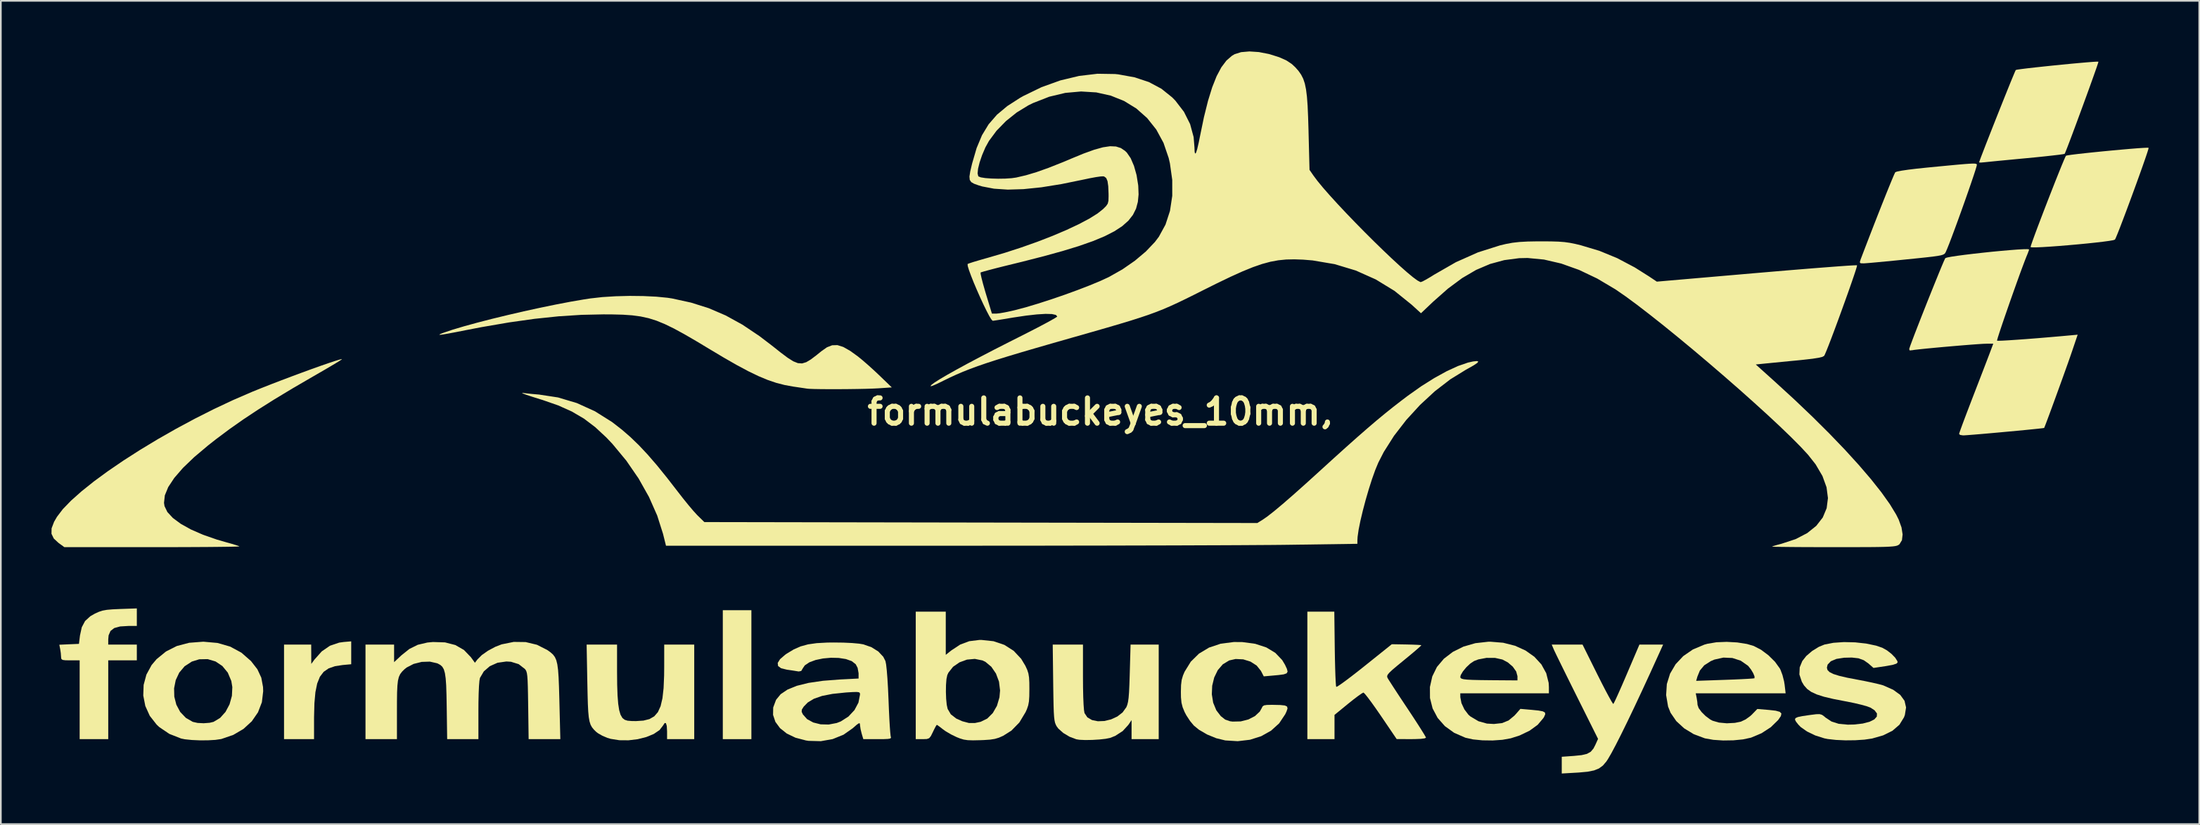
<source format=kicad_pcb>
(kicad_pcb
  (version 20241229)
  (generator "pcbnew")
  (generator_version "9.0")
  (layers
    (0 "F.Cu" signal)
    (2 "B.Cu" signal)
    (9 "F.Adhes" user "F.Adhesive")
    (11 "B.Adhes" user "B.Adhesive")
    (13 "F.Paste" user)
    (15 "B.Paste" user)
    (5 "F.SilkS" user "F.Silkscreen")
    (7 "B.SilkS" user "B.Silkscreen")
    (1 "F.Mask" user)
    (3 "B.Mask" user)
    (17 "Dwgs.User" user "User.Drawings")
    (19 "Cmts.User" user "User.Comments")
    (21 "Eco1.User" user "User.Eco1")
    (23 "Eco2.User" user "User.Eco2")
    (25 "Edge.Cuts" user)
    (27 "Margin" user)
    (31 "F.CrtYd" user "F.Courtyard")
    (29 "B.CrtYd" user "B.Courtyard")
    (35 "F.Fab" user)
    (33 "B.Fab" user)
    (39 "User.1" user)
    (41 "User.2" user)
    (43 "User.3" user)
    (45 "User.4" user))
  (footprint "formulabuckeyes_10mm,"
    (layer "F.Cu")
    (at 62.121 21.363)
    (property "Reference" "formulabuckeyes_10mm," (at 0 0 0) (layer "F.SilkS") (effects (font (size 1.5 1.5) (thickness 0.3))))
    (attr board_only exclude_from_pos_files exclude_from_bom)
    (fp_poly (pts (xy -20.659 15.588) (xy -20.659 19.411) (xy -21.505 19.411) (xy -22.352 19.411) (xy -22.352 15.588) (xy -22.352 11.766) (xy -21.505 11.766) (xy -20.659 11.766)) (stroke (width 0) (type solid)) (fill yes) (layer "F.SilkS"))
    (fp_poly (pts (xy -44.365 14.292) (xy -44.365 14.97) (xy -44.871 15.016) (xy -45.33 15.086) (xy -45.703 15.216) (xy -45.997 15.419) (xy -46.22 15.712) (xy -46.38 16.109) (xy -46.486 16.625) (xy -46.545 17.277) (xy -46.566 18.078) (xy -46.567 18.207) (xy -46.567 19.411) (xy -47.456 19.411) (xy -48.345 19.411) (xy -48.345 16.608) (xy -48.345 13.804) (xy -47.54 13.804) (xy -46.736 13.804) (xy -46.733 14.378) (xy -46.731 14.951) (xy -46.545 14.696) (xy -46.109 14.206) (xy -45.625 13.873) (xy -45.076 13.688) (xy -44.81 13.651) (xy -44.365 13.613)) (stroke (width 0) (type solid)) (fill yes) (layer "F.SilkS"))
    (fp_poly (pts (xy -57.065 12.18) (xy -57.065 12.7) (xy -57.561 12.7) (xy -58.054 12.729) (xy -58.403 12.824) (xy -58.625 12.997) (xy -58.737 13.257) (xy -58.759 13.501) (xy -58.759 13.804) (xy -57.912 13.804) (xy -57.065 13.804) (xy -57.065 14.272) (xy -57.065 14.739) (xy -57.912 14.739) (xy -58.759 14.739) (xy -58.759 17.075) (xy -58.759 19.411) (xy -59.605 19.411) (xy -60.452 19.411) (xy -60.452 17.075) (xy -60.452 14.739) (xy -61.002 14.739) (xy -61.298 14.735) (xy -61.463 14.713) (xy -61.535 14.66) (xy -61.552 14.562) (xy -61.553 14.537) (xy -61.57 14.302) (xy -61.605 14.074) (xy -61.657 13.813) (xy -61.076 13.787) (xy -60.494 13.762) (xy -60.433 13.266) (xy -60.327 12.777) (xy -60.132 12.409) (xy -59.823 12.125) (xy -59.544 11.965) (xy -59.313 11.861) (xy -59.094 11.79) (xy -58.841 11.744) (xy -58.509 11.715) (xy -58.067 11.695) (xy -57.065 11.66)) (stroke (width 0) (type solid)) (fill yes) (layer "F.SilkS"))
    (fp_poly (pts (xy 29.461 15.583) (xy 29.713 16.083) (xy 29.941 16.526) (xy 30.136 16.89) (xy 30.285 17.156) (xy 30.378 17.303) (xy 30.403 17.325) (xy 30.451 17.24) (xy 30.556 17.021) (xy 30.706 16.691) (xy 30.891 16.273) (xy 31.1 15.79) (xy 31.204 15.547) (xy 31.948 13.804) (xy 32.65 13.804) (xy 33.352 13.804) (xy 33.112 14.335) (xy 32.591 15.482) (xy 32.102 16.542) (xy 31.649 17.508) (xy 31.237 18.369) (xy 30.87 19.117) (xy 30.553 19.743) (xy 30.291 20.236) (xy 30.087 20.588) (xy 29.99 20.735) (xy 29.786 20.975) (xy 29.554 21.147) (xy 29.263 21.265) (xy 28.876 21.342) (xy 28.361 21.39) (xy 28.258 21.396) (xy 27.347 21.448) (xy 27.347 20.952) (xy 27.347 20.456) (xy 28.077 20.404) (xy 28.526 20.358) (xy 28.842 20.283) (xy 29.063 20.159) (xy 29.225 19.968) (xy 29.336 19.752) (xy 29.497 19.395) (xy 28.241 16.876) (xy 27.934 16.259) (xy 27.647 15.68) (xy 27.391 15.16) (xy 27.174 14.718) (xy 27.007 14.374) (xy 26.9 14.15) (xy 26.869 14.08) (xy 26.752 13.804) (xy 27.665 13.804) (xy 28.578 13.804)) (stroke (width 0) (type solid)) (fill yes) (layer "F.SilkS"))
    (fp_poly (pts (xy 62.112 -15.65) (xy 62.095 -15.563) (xy 62.025 -15.34) (xy 61.911 -15.003) (xy 61.762 -14.575) (xy 61.585 -14.078) (xy 61.389 -13.534) (xy 61.182 -12.967) (xy 60.972 -12.397) (xy 60.768 -11.849) (xy 60.577 -11.344) (xy 60.409 -10.905) (xy 60.27 -10.554) (xy 60.171 -10.314) (xy 60.117 -10.207) (xy 60.116 -10.205) (xy 60.009 -10.171) (xy 59.763 -10.129) (xy 59.404 -10.081) (xy 58.957 -10.029) (xy 58.447 -9.975) (xy 57.899 -9.923) (xy 57.338 -9.873) (xy 56.79 -9.828) (xy 56.28 -9.791) (xy 55.832 -9.763) (xy 55.473 -9.748) (xy 55.228 -9.746) (xy 55.121 -9.761) (xy 55.118 -9.765) (xy 55.148 -9.875) (xy 55.232 -10.119) (xy 55.361 -10.475) (xy 55.526 -10.919) (xy 55.719 -11.428) (xy 55.93 -11.98) (xy 56.151 -12.552) (xy 56.373 -13.12) (xy 56.586 -13.663) (xy 56.783 -14.156) (xy 56.953 -14.577) (xy 57.089 -14.904) (xy 57.181 -15.113) (xy 57.217 -15.18) (xy 57.314 -15.203) (xy 57.552 -15.238) (xy 57.907 -15.282) (xy 58.351 -15.331) (xy 58.86 -15.385) (xy 59.406 -15.44) (xy 59.964 -15.493) (xy 60.509 -15.543) (xy 61.014 -15.587) (xy 61.452 -15.622) (xy 61.799 -15.645) (xy 62.028 -15.655)) (stroke (width 0) (type solid)) (fill yes) (layer "F.SilkS"))
    (fp_poly (pts (xy -28.617 15.397) (xy -28.61 16.185) (xy -28.588 16.82) (xy -28.549 17.316) (xy -28.491 17.691) (xy -28.412 17.96) (xy -28.31 18.139) (xy -28.28 18.173) (xy -28.158 18.266) (xy -27.993 18.317) (xy -27.738 18.338) (xy -27.484 18.34) (xy -27.051 18.311) (xy -26.697 18.222) (xy -26.415 18.059) (xy -26.197 17.808) (xy -26.037 17.455) (xy -25.927 16.985) (xy -25.86 16.384) (xy -25.829 15.638) (xy -25.824 15.1) (xy -25.823 13.804) (xy -24.934 13.804) (xy -24.045 13.804) (xy -24.045 16.608) (xy -24.045 19.411) (xy -24.85 19.411) (xy -25.654 19.411) (xy -25.654 18.949) (xy -25.671 18.633) (xy -25.72 18.466) (xy -25.795 18.453) (xy -25.892 18.602) (xy -25.892 18.603) (xy -26.101 18.874) (xy -26.442 19.104) (xy -26.884 19.286) (xy -27.393 19.414) (xy -27.936 19.479) (xy -28.48 19.475) (xy -28.993 19.394) (xy -29.192 19.335) (xy -29.489 19.209) (xy -29.753 19.057) (xy -29.856 18.977) (xy -29.993 18.842) (xy -30.101 18.709) (xy -30.185 18.556) (xy -30.247 18.361) (xy -30.293 18.104) (xy -30.325 17.762) (xy -30.347 17.315) (xy -30.363 16.74) (xy -30.378 16.035) (xy -30.419 13.804) (xy -29.518 13.804) (xy -28.617 13.804)) (stroke (width 0) (type solid)) (fill yes) (layer "F.SilkS"))
    (fp_poly (pts (xy -1.016 15.703) (xy -1.012 16.351) (xy -1 16.912) (xy -0.98 17.365) (xy -0.955 17.69) (xy -0.925 17.865) (xy -0.756 18.119) (xy -0.482 18.279) (xy -0.135 18.35) (xy 0.252 18.335) (xy 0.647 18.24) (xy 1.017 18.07) (xy 1.33 17.828) (xy 1.552 17.519) (xy 1.553 17.518) (xy 1.609 17.378) (xy 1.653 17.201) (xy 1.687 16.961) (xy 1.713 16.632) (xy 1.734 16.189) (xy 1.753 15.606) (xy 1.756 15.501) (xy 1.804 13.804) (xy 2.637 13.804) (xy 3.471 13.804) (xy 3.471 16.608) (xy 3.471 19.411) (xy 2.667 19.411) (xy 1.863 19.411) (xy 1.863 18.846) (xy 1.863 18.282) (xy 1.67 18.568) (xy 1.336 18.932) (xy 0.895 19.217) (xy 0.603 19.334) (xy 0.33 19.39) (xy -0.046 19.432) (xy -0.467 19.457) (xy -0.878 19.464) (xy -1.221 19.449) (xy -1.406 19.42) (xy -1.807 19.27) (xy -2.182 19.046) (xy -2.474 18.787) (xy -2.578 18.646) (xy -2.63 18.546) (xy -2.672 18.433) (xy -2.703 18.284) (xy -2.727 18.079) (xy -2.745 17.795) (xy -2.758 17.412) (xy -2.768 16.907) (xy -2.778 16.259) (xy -2.78 16.077) (xy -2.808 13.804) (xy -1.912 13.804) (xy -1.016 13.804)) (stroke (width 0) (type solid)) (fill yes) (layer "F.SilkS"))
    (fp_poly (pts (xy 51.811 -14.712) (xy 51.884 -14.701) (xy 51.922 -14.681) (xy 51.94 -14.659) (xy 51.923 -14.565) (xy 51.855 -14.335) (xy 51.744 -13.993) (xy 51.598 -13.561) (xy 51.426 -13.063) (xy 51.236 -12.521) (xy 51.036 -11.959) (xy 50.835 -11.401) (xy 50.64 -10.869) (xy 50.46 -10.386) (xy 50.304 -9.976) (xy 50.178 -9.662) (xy 50.1 -9.482) (xy 50.065 -9.415) (xy 50.018 -9.361) (xy 49.94 -9.316) (xy 49.81 -9.276) (xy 49.609 -9.239) (xy 49.317 -9.198) (xy 48.914 -9.152) (xy 48.382 -9.096) (xy 47.751 -9.032) (xy 47.138 -8.97) (xy 46.569 -8.915) (xy 46.067 -8.867) (xy 45.66 -8.83) (xy 45.372 -8.807) (xy 45.235 -8.798) (xy 45.052 -8.804) (xy 45.002 -8.864) (xy 45.049 -9.022) (xy 45.05 -9.026) (xy 45.298 -9.676) (xy 45.556 -10.347) (xy 45.817 -11.021) (xy 46.074 -11.678) (xy 46.319 -12.299) (xy 46.544 -12.864) (xy 46.742 -13.354) (xy 46.905 -13.75) (xy 47.025 -14.034) (xy 47.095 -14.184) (xy 47.107 -14.203) (xy 47.221 -14.244) (xy 47.483 -14.295) (xy 47.871 -14.352) (xy 48.364 -14.412) (xy 48.937 -14.472) (xy 49.719 -14.548) (xy 50.349 -14.608) (xy 50.844 -14.654) (xy 51.221 -14.686) (xy 51.497 -14.706) (xy 51.688 -14.714)) (stroke (width 0) (type solid)) (fill yes) (layer "F.SilkS"))
    (fp_poly (pts (xy 59.14 -20.754) (xy 59.118 -20.672) (xy 59.045 -20.452) (xy 58.928 -20.118) (xy 58.777 -19.692) (xy 58.599 -19.197) (xy 58.402 -18.654) (xy 58.195 -18.087) (xy 57.985 -17.517) (xy 57.782 -16.967) (xy 57.593 -16.459) (xy 57.426 -16.016) (xy 57.29 -15.66) (xy 57.192 -15.413) (xy 57.142 -15.298) (xy 57.138 -15.293) (xy 57.043 -15.272) (xy 56.803 -15.238) (xy 56.439 -15.195) (xy 55.976 -15.144) (xy 55.435 -15.088) (xy 54.896 -15.036) (xy 54.287 -14.979) (xy 53.718 -14.924) (xy 53.215 -14.876) (xy 52.806 -14.836) (xy 52.517 -14.806) (xy 52.388 -14.793) (xy 52.184 -14.775) (xy 52.076 -14.779) (xy 52.07 -14.784) (xy 52.1 -14.878) (xy 52.185 -15.107) (xy 52.316 -15.449) (xy 52.483 -15.881) (xy 52.679 -16.381) (xy 52.893 -16.926) (xy 53.118 -17.495) (xy 53.345 -18.065) (xy 53.564 -18.614) (xy 53.767 -19.119) (xy 53.945 -19.559) (xy 54.09 -19.91) (xy 54.191 -20.151) (xy 54.241 -20.26) (xy 54.244 -20.263) (xy 54.339 -20.285) (xy 54.576 -20.319) (xy 54.929 -20.363) (xy 55.372 -20.413) (xy 55.879 -20.468) (xy 56.424 -20.525) (xy 56.982 -20.581) (xy 57.526 -20.634) (xy 58.031 -20.68) (xy 58.47 -20.718) (xy 58.819 -20.745) (xy 59.051 -20.758)) (stroke (width 0) (type solid)) (fill yes) (layer "F.SilkS"))
    (fp_poly (pts (xy -52.285 13.708) (xy -51.533 13.925) (xy -50.869 14.285) (xy -50.301 14.782) (xy -49.923 15.269) (xy -49.692 15.766) (xy -49.589 16.32) (xy -49.58 16.572) (xy -49.657 17.221) (xy -49.887 17.82) (xy -50.255 18.353) (xy -50.746 18.804) (xy -51.348 19.158) (xy -52.045 19.398) (xy -52.079 19.406) (xy -52.415 19.455) (xy -52.854 19.48) (xy -53.339 19.482) (xy -53.813 19.461) (xy -54.219 19.419) (xy -54.441 19.374) (xy -55.137 19.101) (xy -55.728 18.702) (xy -55.892 18.549) (xy -56.299 18.029) (xy -56.563 17.445) (xy -56.684 16.824) (xy -56.669 16.397) (xy -54.858 16.397) (xy -54.846 16.892) (xy -54.725 17.368) (xy -54.496 17.798) (xy -54.158 18.152) (xy -53.751 18.386) (xy -53.468 18.45) (xy -53.106 18.468) (xy -52.749 18.441) (xy -52.52 18.386) (xy -52.132 18.153) (xy -51.811 17.795) (xy -51.573 17.347) (xy -51.433 16.844) (xy -51.408 16.325) (xy -51.468 15.962) (xy -51.679 15.464) (xy -52 15.074) (xy -52.405 14.804) (xy -52.869 14.667) (xy -53.366 14.676) (xy -53.806 14.812) (xy -54.235 15.091) (xy -54.553 15.468) (xy -54.761 15.912) (xy -54.858 16.397) (xy -56.669 16.397) (xy -56.662 16.195) (xy -56.498 15.584) (xy -56.19 15.018) (xy -55.897 14.671) (xy -55.335 14.211) (xy -54.696 13.889) (xy -53.967 13.698) (xy -53.133 13.634) (xy -53.118 13.634)) (stroke (width 0) (type solid)) (fill yes) (layer "F.SilkS"))
    (fp_poly (pts (xy 13.9 14.052) (xy 13.91 14.648) (xy 13.923 15.187) (xy 13.938 15.646) (xy 13.955 16.003) (xy 13.972 16.233) (xy 13.988 16.314) (xy 14.068 16.28) (xy 14.26 16.152) (xy 14.547 15.945) (xy 14.909 15.671) (xy 15.328 15.345) (xy 15.663 15.079) (xy 17.278 13.784) (xy 18.14 13.798) (xy 18.503 13.807) (xy 18.796 13.819) (xy 18.982 13.832) (xy 19.03 13.84) (xy 18.977 13.9) (xy 18.813 14.048) (xy 18.56 14.265) (xy 18.238 14.533) (xy 17.995 14.733) (xy 17.599 15.058) (xy 17.318 15.296) (xy 17.137 15.466) (xy 17.037 15.586) (xy 17.002 15.674) (xy 17.014 15.751) (xy 17.029 15.784) (xy 17.103 15.907) (xy 17.257 16.147) (xy 17.475 16.484) (xy 17.743 16.893) (xy 18.047 17.352) (xy 18.215 17.604) (xy 18.525 18.073) (xy 18.801 18.497) (xy 19.029 18.855) (xy 19.196 19.125) (xy 19.289 19.288) (xy 19.304 19.325) (xy 19.223 19.365) (xy 18.993 19.394) (xy 18.633 19.408) (xy 18.436 19.409) (xy 17.568 19.408) (xy 16.633 18.029) (xy 16.34 17.605) (xy 16.075 17.233) (xy 15.853 16.936) (xy 15.691 16.735) (xy 15.604 16.651) (xy 15.599 16.65) (xy 15.499 16.701) (xy 15.298 16.841) (xy 15.024 17.047) (xy 14.707 17.3) (xy 14.693 17.312) (xy 13.885 17.973) (xy 13.885 18.692) (xy 13.885 19.411) (xy 13.081 19.411) (xy 12.277 19.411) (xy 12.277 15.631) (xy 12.277 11.851) (xy 13.075 11.851) (xy 13.873 11.851)) (stroke (width 0) (type solid)) (fill yes) (layer "F.SilkS"))
    (fp_poly (pts (xy 8.424 13.656) (xy 9.191 13.759) (xy 9.845 13.973) (xy 10.378 14.295) (xy 10.784 14.72) (xy 10.952 15) (xy 11.066 15.245) (xy 11.106 15.408) (xy 11.049 15.509) (xy 10.876 15.57) (xy 10.566 15.611) (xy 10.325 15.633) (xy 9.694 15.689) (xy 9.525 15.362) (xy 9.272 15.047) (xy 8.908 14.814) (xy 8.478 14.68) (xy 8.026 14.659) (xy 7.647 14.744) (xy 7.267 14.974) (xy 6.969 15.322) (xy 6.758 15.757) (xy 6.639 16.244) (xy 6.617 16.753) (xy 6.697 17.25) (xy 6.884 17.702) (xy 7.151 18.049) (xy 7.411 18.252) (xy 7.696 18.35) (xy 7.849 18.37) (xy 8.329 18.359) (xy 8.783 18.244) (xy 9.172 18.044) (xy 9.459 17.775) (xy 9.573 17.571) (xy 9.625 17.468) (xy 9.712 17.409) (xy 9.875 17.383) (xy 10.155 17.377) (xy 10.264 17.378) (xy 10.677 17.387) (xy 10.941 17.415) (xy 11.076 17.479) (xy 11.102 17.594) (xy 11.04 17.777) (xy 10.961 17.942) (xy 10.605 18.475) (xy 10.125 18.909) (xy 9.543 19.236) (xy 8.878 19.447) (xy 8.152 19.532) (xy 7.415 19.487) (xy 6.878 19.356) (xy 6.337 19.135) (xy 5.853 18.852) (xy 5.548 18.601) (xy 5.327 18.334) (xy 5.109 18.001) (xy 5.005 17.804) (xy 4.888 17.52) (xy 4.82 17.252) (xy 4.789 16.933) (xy 4.784 16.608) (xy 4.794 16.203) (xy 4.831 15.901) (xy 4.909 15.635) (xy 5.005 15.411) (xy 5.372 14.817) (xy 5.857 14.34) (xy 6.45 13.983) (xy 7.143 13.752) (xy 7.924 13.652)) (stroke (width 0) (type solid)) (fill yes) (layer "F.SilkS"))
    (fp_poly (pts (xy -44.916 -3.11) (xy -45.011 -3.044) (xy -45.232 -2.908) (xy -45.555 -2.715) (xy -45.957 -2.478) (xy -46.417 -2.212) (xy -46.621 -2.094) (xy -47.833 -1.389) (xy -48.912 -0.738) (xy -49.881 -0.127) (xy -50.763 0.458) (xy -51.58 1.033) (xy -52.354 1.612) (xy -52.832 1.987) (xy -53.662 2.686) (xy -54.334 3.331) (xy -54.847 3.924) (xy -55.205 4.466) (xy -55.407 4.958) (xy -55.455 5.403) (xy -55.425 5.595) (xy -55.256 5.945) (xy -54.93 6.298) (xy -54.462 6.645) (xy -53.862 6.979) (xy -53.145 7.293) (xy -52.322 7.579) (xy -51.8 7.73) (xy -51.461 7.825) (xy -51.189 7.907) (xy -51.02 7.965) (xy -50.987 7.982) (xy -51.061 7.99) (xy -51.29 7.998) (xy -51.66 8.005) (xy -52.156 8.011) (xy -52.765 8.017) (xy -53.471 8.021) (xy -54.261 8.025) (xy -55.12 8.027) (xy -56.035 8.028) (xy -56.15 8.028) (xy -61.358 8.028) (xy -61.707 7.774) (xy -61.986 7.515) (xy -62.121 7.235) (xy -62.115 6.912) (xy -61.968 6.526) (xy -61.796 6.229) (xy -61.45 5.775) (xy -60.96 5.268) (xy -60.342 4.718) (xy -59.61 4.132) (xy -58.778 3.522) (xy -57.861 2.895) (xy -56.872 2.261) (xy -55.827 1.629) (xy -54.74 1.009) (xy -53.625 0.41) (xy -52.497 -0.16) (xy -51.37 -0.69) (xy -50.258 -1.172) (xy -50.186 -1.202) (xy -49.663 -1.413) (xy -49.092 -1.638) (xy -48.491 -1.869) (xy -47.88 -2.1) (xy -47.278 -2.323) (xy -46.705 -2.533) (xy -46.178 -2.721) (xy -45.719 -2.88) (xy -45.345 -3.005) (xy -45.076 -3.088) (xy -44.931 -3.121)) (stroke (width 0) (type solid)) (fill yes) (layer "F.SilkS"))
    (fp_poly (pts (xy 23.879 13.696) (xy 24.58 13.874) (xy 25.201 14.156) (xy 25.727 14.529) (xy 26.141 14.981) (xy 26.427 15.5) (xy 26.571 16.074) (xy 26.585 16.326) (xy 26.585 16.693) (xy 23.961 16.693) (xy 21.336 16.693) (xy 21.338 16.926) (xy 21.406 17.277) (xy 21.579 17.647) (xy 21.819 17.963) (xy 21.941 18.069) (xy 22.415 18.349) (xy 22.913 18.488) (xy 23.326 18.512) (xy 23.808 18.46) (xy 24.196 18.303) (xy 24.542 18.017) (xy 24.628 17.923) (xy 24.897 17.616) (xy 25.562 17.674) (xy 25.966 17.715) (xy 26.222 17.762) (xy 26.35 17.83) (xy 26.37 17.932) (xy 26.304 18.084) (xy 26.258 18.162) (xy 25.921 18.561) (xy 25.441 18.91) (xy 24.843 19.197) (xy 24.324 19.362) (xy 23.829 19.45) (xy 23.251 19.49) (xy 22.652 19.482) (xy 22.094 19.427) (xy 21.641 19.327) (xy 20.975 19.037) (xy 20.423 18.639) (xy 19.993 18.151) (xy 19.696 17.59) (xy 19.541 16.974) (xy 19.537 16.32) (xy 19.67 15.723) (xy 21.336 15.723) (xy 21.352 15.781) (xy 21.414 15.826) (xy 21.542 15.86) (xy 21.755 15.883) (xy 22.075 15.899) (xy 22.52 15.909) (xy 23.111 15.916) (xy 23.22 15.917) (xy 24.723 15.928) (xy 24.723 15.676) (xy 24.647 15.399) (xy 24.446 15.114) (xy 24.154 14.862) (xy 23.833 14.691) (xy 23.391 14.593) (xy 22.889 14.592) (xy 22.4 14.685) (xy 22.152 14.78) (xy 21.927 14.93) (xy 21.694 15.149) (xy 21.493 15.393) (xy 21.363 15.613) (xy 21.336 15.723) (xy 19.67 15.723) (xy 19.676 15.694) (xy 19.951 15.133) (xy 20.364 14.644) (xy 20.895 14.237) (xy 21.523 13.925) (xy 22.229 13.721) (xy 22.991 13.636) (xy 23.114 13.634)) (stroke (width 0) (type solid)) (fill yes) (layer "F.SilkS"))
    (fp_poly (pts (xy -9.144 13.132) (xy -9.144 14.413) (xy -8.812 14.149) (xy -8.289 13.804) (xy -7.754 13.604) (xy -7.151 13.53) (xy -7.032 13.529) (xy -6.315 13.605) (xy -5.673 13.822) (xy -5.122 14.173) (xy -4.676 14.649) (xy -4.429 15.06) (xy -4.319 15.3) (xy -4.25 15.514) (xy -4.211 15.751) (xy -4.194 16.064) (xy -4.191 16.438) (xy -4.196 16.864) (xy -4.216 17.171) (xy -4.261 17.411) (xy -4.337 17.634) (xy -4.414 17.807) (xy -4.783 18.421) (xy -5.253 18.903) (xy -5.744 19.213) (xy -5.996 19.324) (xy -6.237 19.396) (xy -6.518 19.44) (xy -6.893 19.465) (xy -7.112 19.473) (xy -7.534 19.482) (xy -7.839 19.472) (xy -8.078 19.437) (xy -8.303 19.369) (xy -8.5 19.291) (xy -8.83 19.131) (xy -9.151 18.942) (xy -9.32 18.821) (xy -9.513 18.67) (xy -9.645 18.577) (xy -9.675 18.562) (xy -9.726 18.632) (xy -9.822 18.812) (xy -9.906 18.986) (xy -10.026 19.229) (xy -10.128 19.355) (xy -10.267 19.403) (xy -10.496 19.411) (xy -10.513 19.411) (xy -10.922 19.411) (xy -10.922 16.604) (xy -9.136 16.604) (xy -9.122 17.014) (xy -9.087 17.372) (xy -9.033 17.619) (xy -8.845 17.939) (xy -8.521 18.191) (xy -8.165 18.35) (xy -7.777 18.453) (xy -7.417 18.455) (xy -7.074 18.382) (xy -6.686 18.191) (xy -6.359 17.865) (xy -6.112 17.435) (xy -5.963 16.932) (xy -5.927 16.523) (xy -5.991 16) (xy -6.171 15.52) (xy -6.446 15.118) (xy -6.794 14.828) (xy -6.969 14.744) (xy -7.422 14.653) (xy -7.89 14.696) (xy -8.332 14.858) (xy -8.711 15.12) (xy -8.986 15.468) (xy -9.054 15.615) (xy -9.103 15.85) (xy -9.13 16.198) (xy -9.136 16.604) (xy -10.922 16.604) (xy -10.922 15.631) (xy -10.922 11.851) (xy -10.033 11.851) (xy -9.144 11.851)) (stroke (width 0) (type solid)) (fill yes) (layer "F.SilkS"))
    (fp_poly (pts (xy 37.741 13.677) (xy 38.317 13.768) (xy 38.714 13.884) (xy 39.154 14.112) (xy 39.592 14.44) (xy 39.978 14.822) (xy 40.262 15.216) (xy 40.305 15.298) (xy 40.422 15.61) (xy 40.517 15.984) (xy 40.55 16.188) (xy 40.609 16.693) (xy 37.947 16.693) (xy 35.285 16.693) (xy 35.338 16.958) (xy 35.376 17.199) (xy 35.391 17.38) (xy 35.457 17.57) (xy 35.63 17.804) (xy 35.869 18.042) (xy 36.137 18.241) (xy 36.279 18.318) (xy 36.658 18.428) (xy 37.123 18.471) (xy 37.604 18.446) (xy 37.96 18.373) (xy 38.238 18.242) (xy 38.523 18.035) (xy 38.619 17.945) (xy 38.932 17.622) (xy 39.624 17.68) (xy 40.021 17.725) (xy 40.261 17.791) (xy 40.359 17.891) (xy 40.327 18.043) (xy 40.179 18.259) (xy 40.158 18.286) (xy 39.729 18.704) (xy 39.184 19.059) (xy 38.574 19.317) (xy 38.549 19.325) (xy 38.081 19.426) (xy 37.512 19.481) (xy 36.907 19.49) (xy 36.329 19.452) (xy 35.841 19.366) (xy 35.823 19.362) (xy 35.17 19.118) (xy 34.599 18.771) (xy 34.132 18.341) (xy 33.793 17.848) (xy 33.646 17.48) (xy 33.53 16.8) (xy 33.572 16.144) (xy 33.631 15.954) (xy 35.31 15.954) (xy 37.019 15.895) (xy 37.539 15.876) (xy 37.999 15.855) (xy 38.372 15.835) (xy 38.634 15.817) (xy 38.758 15.803) (xy 38.764 15.8) (xy 38.766 15.691) (xy 38.689 15.502) (xy 38.559 15.283) (xy 38.404 15.086) (xy 38.369 15.051) (xy 37.949 14.759) (xy 37.454 14.599) (xy 36.921 14.576) (xy 36.389 14.694) (xy 36.176 14.785) (xy 35.786 15.035) (xy 35.529 15.344) (xy 35.384 15.697) (xy 35.31 15.954) (xy 33.631 15.954) (xy 33.763 15.528) (xy 34.091 14.97) (xy 34.546 14.486) (xy 35.117 14.093) (xy 35.793 13.808) (xy 35.983 13.755) (xy 36.51 13.667) (xy 37.117 13.643)) (stroke (width 0) (type solid)) (fill yes) (layer "F.SilkS"))
    (fp_poly (pts (xy -34.032 13.655) (xy -33.363 13.815) (xy -32.757 14.122) (xy -32.726 14.142) (xy -32.549 14.271) (xy -32.408 14.398) (xy -32.299 14.545) (xy -32.216 14.733) (xy -32.155 14.981) (xy -32.111 15.311) (xy -32.08 15.744) (xy -32.057 16.3) (xy -32.037 17.001) (xy -32.032 17.202) (xy -31.977 19.411) (xy -32.916 19.411) (xy -33.855 19.411) (xy -33.882 17.423) (xy -33.892 16.788) (xy -33.902 16.3) (xy -33.915 15.938) (xy -33.933 15.679) (xy -33.958 15.501) (xy -33.992 15.382) (xy -34.037 15.299) (xy -34.078 15.249) (xy -34.445 14.964) (xy -34.902 14.823) (xy -35.175 14.807) (xy -35.698 14.882) (xy -36.153 15.084) (xy -36.511 15.395) (xy -36.74 15.785) (xy -36.77 15.952) (xy -36.796 16.264) (xy -36.815 16.696) (xy -36.827 17.222) (xy -36.83 17.718) (xy -36.83 19.411) (xy -37.756 19.411) (xy -38.681 19.411) (xy -38.708 17.478) (xy -38.721 16.78) (xy -38.739 16.231) (xy -38.769 15.81) (xy -38.814 15.499) (xy -38.878 15.275) (xy -38.968 15.119) (xy -39.086 15.011) (xy -39.237 14.929) (xy -39.276 14.912) (xy -39.706 14.815) (xy -40.19 14.831) (xy -40.668 14.951) (xy -41.082 15.164) (xy -41.218 15.274) (xy -41.359 15.415) (xy -41.465 15.557) (xy -41.543 15.725) (xy -41.596 15.945) (xy -41.629 16.24) (xy -41.648 16.637) (xy -41.655 17.159) (xy -41.656 17.665) (xy -41.656 19.411) (xy -42.587 19.411) (xy -43.519 19.411) (xy -43.519 16.608) (xy -43.519 13.804) (xy -42.672 13.804) (xy -41.825 13.804) (xy -41.825 14.326) (xy -41.825 14.847) (xy -41.399 14.447) (xy -40.92 14.064) (xy -40.422 13.817) (xy -39.853 13.683) (xy -39.521 13.652) (xy -38.809 13.674) (xy -38.198 13.831) (xy -37.687 14.124) (xy -37.274 14.553) (xy -37.265 14.567) (xy -37.037 14.882) (xy -36.889 14.686) (xy -36.632 14.429) (xy -36.263 14.169) (xy -35.837 13.94) (xy -35.455 13.791) (xy -34.738 13.646)) (stroke (width 0) (type solid)) (fill yes) (layer "F.SilkS"))
    (fp_poly (pts (xy -27.056 -6.86) (xy -26.291 -6.823) (xy -25.625 -6.758) (xy -25.358 -6.717) (xy -24.233 -6.471) (xy -23.184 -6.14) (xy -22.181 -5.709) (xy -21.191 -5.164) (xy -20.185 -4.489) (xy -19.431 -3.914) (xy -18.916 -3.505) (xy -18.507 -3.199) (xy -18.179 -2.992) (xy -17.904 -2.882) (xy -17.656 -2.865) (xy -17.409 -2.939) (xy -17.137 -3.101) (xy -16.812 -3.347) (xy -16.513 -3.589) (xy -16.184 -3.821) (xy -15.876 -3.942) (xy -15.562 -3.951) (xy -15.216 -3.842) (xy -14.81 -3.612) (xy -14.351 -3.281) (xy -14.078 -3.059) (xy -13.733 -2.759) (xy -13.366 -2.426) (xy -13.092 -2.168) (xy -12.341 -1.444) (xy -13.134 -1.39) (xy -13.459 -1.374) (xy -13.889 -1.36) (xy -14.395 -1.35) (xy -14.944 -1.343) (xy -15.505 -1.339) (xy -16.047 -1.339) (xy -16.536 -1.342) (xy -16.943 -1.349) (xy -17.235 -1.36) (xy -17.357 -1.371) (xy -17.544 -1.399) (xy -17.837 -1.442) (xy -18.176 -1.492) (xy -18.202 -1.496) (xy -18.694 -1.586) (xy -19.183 -1.712) (xy -19.69 -1.884) (xy -20.234 -2.111) (xy -20.836 -2.401) (xy -21.517 -2.765) (xy -22.295 -3.211) (xy -23.115 -3.701) (xy -23.935 -4.194) (xy -24.637 -4.602) (xy -25.245 -4.933) (xy -25.784 -5.196) (xy -26.276 -5.398) (xy -26.747 -5.547) (xy -27.221 -5.65) (xy -27.721 -5.717) (xy -28.272 -5.755) (xy -28.898 -5.771) (xy -29.422 -5.774) (xy -30.728 -5.746) (xy -32.08 -5.659) (xy -33.501 -5.51) (xy -35.014 -5.297) (xy -36.645 -5.017) (xy -37.579 -4.837) (xy -38.183 -4.718) (xy -38.632 -4.634) (xy -38.935 -4.582) (xy -39.104 -4.562) (xy -39.148 -4.573) (xy -39.076 -4.614) (xy -38.904 -4.681) (xy -38.367 -4.863) (xy -37.689 -5.065) (xy -36.9 -5.282) (xy -36.027 -5.507) (xy -35.098 -5.733) (xy -34.139 -5.955) (xy -33.18 -6.165) (xy -32.247 -6.357) (xy -31.368 -6.525) (xy -30.571 -6.662) (xy -30.184 -6.721) (xy -29.483 -6.799) (xy -28.698 -6.848) (xy -27.873 -6.869)) (stroke (width 0) (type solid)) (fill yes) (layer "F.SilkS"))
    (fp_poly (pts (xy 44.728 13.672) (xy 45.382 13.744) (xy 45.97 13.867) (xy 46.334 13.992) (xy 46.614 14.148) (xy 46.882 14.357) (xy 47.1 14.581) (xy 47.227 14.782) (xy 47.244 14.86) (xy 47.174 14.934) (xy 46.958 15.005) (xy 46.584 15.074) (xy 46.529 15.083) (xy 45.814 15.189) (xy 45.515 14.926) (xy 45.24 14.732) (xy 44.925 14.617) (xy 44.529 14.573) (xy 44.068 14.584) (xy 43.617 14.654) (xy 43.288 14.792) (xy 43.097 14.991) (xy 43.053 15.173) (xy 43.09 15.313) (xy 43.212 15.436) (xy 43.437 15.549) (xy 43.78 15.657) (xy 44.259 15.769) (xy 44.839 15.88) (xy 45.305 15.969) (xy 45.742 16.061) (xy 46.11 16.146) (xy 46.364 16.214) (xy 46.403 16.227) (xy 46.982 16.484) (xy 47.399 16.787) (xy 47.653 17.137) (xy 47.744 17.533) (xy 47.673 17.976) (xy 47.621 18.117) (xy 47.351 18.556) (xy 46.94 18.912) (xy 46.383 19.188) (xy 45.731 19.374) (xy 45.28 19.44) (xy 44.734 19.476) (xy 44.15 19.482) (xy 43.588 19.457) (xy 43.105 19.403) (xy 42.907 19.364) (xy 42.365 19.192) (xy 41.883 18.961) (xy 41.505 18.695) (xy 41.371 18.559) (xy 41.229 18.382) (xy 41.163 18.256) (xy 41.19 18.167) (xy 41.329 18.102) (xy 41.597 18.046) (xy 42.011 17.985) (xy 42.115 17.971) (xy 42.426 17.932) (xy 42.624 17.928) (xy 42.764 17.969) (xy 42.9 18.067) (xy 42.982 18.138) (xy 43.328 18.366) (xy 43.755 18.502) (xy 44.289 18.552) (xy 44.662 18.544) (xy 45.177 18.486) (xy 45.58 18.382) (xy 45.861 18.242) (xy 46.011 18.074) (xy 46.02 17.89) (xy 45.878 17.7) (xy 45.635 17.542) (xy 45.434 17.467) (xy 45.108 17.375) (xy 44.697 17.277) (xy 44.243 17.184) (xy 44.134 17.164) (xy 43.434 17.028) (xy 42.88 16.897) (xy 42.452 16.76) (xy 42.126 16.609) (xy 41.882 16.434) (xy 41.697 16.224) (xy 41.569 16.009) (xy 41.424 15.575) (xy 41.444 15.153) (xy 41.596 14.781) (xy 41.833 14.48) (xy 42.178 14.185) (xy 42.574 13.94) (xy 42.911 13.802) (xy 43.437 13.699) (xy 44.061 13.656)) (stroke (width 0) (type solid)) (fill yes) (layer "F.SilkS"))
    (fp_poly (pts (xy 22.404 -2.978) (xy 22.343 -2.895) (xy 22.134 -2.754) (xy 21.775 -2.55) (xy 21.671 -2.493) (xy 20.749 -1.925) (xy 19.833 -1.219) (xy 18.953 -0.405) (xy 18.136 0.487) (xy 17.41 1.427) (xy 16.803 2.385) (xy 16.478 3.021) (xy 16.297 3.458) (xy 16.106 3.994) (xy 15.914 4.597) (xy 15.729 5.232) (xy 15.562 5.865) (xy 15.42 6.462) (xy 15.314 6.989) (xy 15.253 7.412) (xy 15.241 7.61) (xy 15.24 7.83) (xy 11.289 7.886) (xy 10.794 7.892) (xy 10.14 7.898) (xy 9.338 7.903) (xy 8.4 7.909) (xy 7.336 7.914) (xy 6.158 7.918) (xy 4.875 7.923) (xy 3.5 7.927) (xy 2.043 7.93) (xy 0.514 7.934) (xy -1.075 7.936) (xy -2.713 7.939) (xy -4.39 7.941) (xy -6.094 7.942) (xy -7.814 7.943) (xy -9.19 7.943) (xy -25.718 7.943) (xy -25.894 7.237) (xy -26.238 6.155) (xy -26.726 5.051) (xy -27.341 3.957) (xy -28.067 2.901) (xy -28.884 1.914) (xy -29.252 1.525) (xy -29.908 0.915) (xy -30.575 0.409) (xy -31.294 -0.013) (xy -32.102 -0.376) (xy -33.037 -0.701) (xy -33.105 -0.721) (xy -33.617 -0.881) (xy -33.981 -1.001) (xy -34.193 -1.08) (xy -34.248 -1.117) (xy -34.145 -1.111) (xy -34.121 -1.107) (xy -33.935 -1.084) (xy -33.639 -1.054) (xy -33.294 -1.024) (xy -33.248 -1.021) (xy -32.111 -0.848) (xy -30.996 -0.514) (xy -29.927 -0.028) (xy -28.926 0.601) (xy -28.862 0.648) (xy -28.332 1.061) (xy -27.824 1.501) (xy -27.32 1.988) (xy -26.802 2.541) (xy -26.25 3.18) (xy -25.647 3.926) (xy -25.003 4.757) (xy -24.694 5.154) (xy -24.385 5.536) (xy -24.105 5.867) (xy -23.885 6.109) (xy -23.836 6.159) (xy -23.445 6.541) (xy -7.066 6.569) (xy 9.314 6.597) (xy 9.63 6.401) (xy 9.917 6.201) (xy 10.313 5.89) (xy 10.821 5.465) (xy 11.442 4.925) (xy 12.179 4.268) (xy 12.959 3.56) (xy 13.816 2.779) (xy 14.568 2.1) (xy 15.231 1.51) (xy 15.822 0.993) (xy 16.358 0.535) (xy 16.856 0.122) (xy 17.334 -0.262) (xy 17.808 -0.63) (xy 18.236 -0.954) (xy 19.023 -1.512) (xy 19.795 -1.998) (xy 20.528 -2.402) (xy 21.201 -2.712) (xy 21.793 -2.916) (xy 22.096 -2.983) (xy 22.32 -3.006)) (stroke (width 0) (type solid)) (fill yes) (layer "F.SilkS"))
    (fp_poly (pts (xy 55.032 -9.626) (xy 55.033 -9.622) (xy 55.003 -9.523) (xy 54.928 -9.329) (xy 54.894 -9.249) (xy 54.796 -9.002) (xy 54.662 -8.647) (xy 54.499 -8.207) (xy 54.318 -7.705) (xy 54.125 -7.164) (xy 53.928 -6.607) (xy 53.737 -6.058) (xy 53.558 -5.54) (xy 53.4 -5.076) (xy 53.272 -4.69) (xy 53.181 -4.404) (xy 53.136 -4.242) (xy 53.133 -4.215) (xy 53.227 -4.209) (xy 53.47 -4.217) (xy 53.841 -4.238) (xy 54.321 -4.27) (xy 54.889 -4.311) (xy 55.526 -4.361) (xy 56.211 -4.418) (xy 56.925 -4.48) (xy 57.381 -4.521) (xy 57.909 -4.569) (xy 57.582 -3.601) (xy 57.477 -3.296) (xy 57.337 -2.896) (xy 57.169 -2.426) (xy 56.984 -1.91) (xy 56.79 -1.374) (xy 56.596 -0.84) (xy 56.411 -0.333) (xy 56.243 0.123) (xy 56.102 0.502) (xy 55.996 0.782) (xy 55.934 0.937) (xy 55.923 0.96) (xy 55.836 0.974) (xy 55.606 1) (xy 55.26 1.036) (xy 54.823 1.08) (xy 54.322 1.128) (xy 53.781 1.178) (xy 53.228 1.229) (xy 52.689 1.277) (xy 52.188 1.321) (xy 51.753 1.357) (xy 51.409 1.384) (xy 51.183 1.399) (xy 51.117 1.401) (xy 50.949 1.375) (xy 50.885 1.317) (xy 50.914 1.218) (xy 50.997 0.983) (xy 51.126 0.632) (xy 51.292 0.19) (xy 51.488 -0.324) (xy 51.689 -0.848) (xy 51.918 -1.441) (xy 52.139 -2.013) (xy 52.34 -2.535) (xy 52.51 -2.978) (xy 52.638 -3.313) (xy 52.702 -3.482) (xy 52.909 -4.035) (xy 52.521 -4.035) (xy 52.319 -4.028) (xy 51.986 -4.007) (xy 51.554 -3.975) (xy 51.052 -3.935) (xy 50.51 -3.889) (xy 49.958 -3.841) (xy 49.426 -3.792) (xy 48.944 -3.746) (xy 48.542 -3.704) (xy 48.25 -3.671) (xy 48.101 -3.648) (xy 47.956 -3.636) (xy 47.931 -3.715) (xy 47.94 -3.755) (xy 47.991 -3.908) (xy 48.094 -4.188) (xy 48.239 -4.571) (xy 48.419 -5.036) (xy 48.623 -5.558) (xy 48.842 -6.115) (xy 49.068 -6.684) (xy 49.292 -7.243) (xy 49.504 -7.768) (xy 49.695 -8.238) (xy 49.856 -8.628) (xy 49.979 -8.917) (xy 50.054 -9.081) (xy 50.07 -9.108) (xy 50.176 -9.145) (xy 50.421 -9.192) (xy 50.779 -9.247) (xy 51.225 -9.306) (xy 51.733 -9.367) (xy 52.279 -9.428) (xy 52.837 -9.487) (xy 53.382 -9.539) (xy 53.89 -9.583) (xy 54.333 -9.617) (xy 54.688 -9.637) (xy 54.929 -9.641)) (stroke (width 0) (type solid)) (fill yes) (layer "F.SilkS"))
    (fp_poly (pts (xy -15.21 13.688) (xy -14.691 13.712) (xy -14.273 13.75) (xy -14.032 13.79) (xy -13.547 13.959) (xy -13.14 14.214) (xy -12.844 14.531) (xy -12.718 14.781) (xy -12.678 14.981) (xy -12.639 15.33) (xy -12.601 15.806) (xy -12.566 16.391) (xy -12.536 17.061) (xy -12.534 17.114) (xy -12.511 17.687) (xy -12.486 18.208) (xy -12.46 18.653) (xy -12.435 18.995) (xy -12.413 19.207) (xy -12.402 19.262) (xy -12.389 19.33) (xy -12.434 19.374) (xy -12.565 19.398) (xy -12.81 19.409) (xy -13.186 19.411) (xy -14.028 19.411) (xy -14.126 19.083) (xy -14.19 18.82) (xy -14.223 18.595) (xy -14.224 18.565) (xy -14.236 18.477) (xy -14.291 18.468) (xy -14.413 18.553) (xy -14.63 18.742) (xy -14.651 18.761) (xy -15.203 19.149) (xy -15.845 19.408) (xy -16.546 19.532) (xy -17.276 19.512) (xy -17.431 19.488) (xy -18.049 19.325) (xy -18.563 19.078) (xy -18.963 18.759) (xy -19.237 18.386) (xy -19.375 17.973) (xy -19.372 17.79) (xy -17.68 17.79) (xy -17.609 17.943) (xy -17.359 18.225) (xy -16.996 18.423) (xy -16.557 18.533) (xy -16.081 18.545) (xy -15.604 18.454) (xy -15.366 18.362) (xy -14.911 18.072) (xy -14.553 17.689) (xy -14.317 17.246) (xy -14.225 16.775) (xy -14.224 16.745) (xy -14.235 16.674) (xy -14.288 16.631) (xy -14.414 16.614) (xy -14.643 16.619) (xy -15.005 16.641) (xy -15.082 16.647) (xy -15.852 16.727) (xy -16.471 16.848) (xy -16.956 17.017) (xy -17.321 17.238) (xy -17.558 17.482) (xy -17.67 17.658) (xy -17.68 17.79) (xy -19.372 17.79) (xy -19.367 17.534) (xy -19.2 17.085) (xy -19.194 17.075) (xy -18.926 16.747) (xy -18.52 16.473) (xy -17.97 16.249) (xy -17.271 16.076) (xy -16.419 15.951) (xy -15.431 15.875) (xy -14.309 15.817) (xy -14.309 15.502) (xy -14.366 15.183) (xy -14.48 14.968) (xy -14.715 14.785) (xy -15.062 14.662) (xy -15.485 14.596) (xy -15.948 14.585) (xy -16.415 14.627) (xy -16.853 14.718) (xy -17.224 14.855) (xy -17.494 15.036) (xy -17.611 15.208) (xy -17.705 15.368) (xy -17.853 15.399) (xy -17.929 15.388) (xy -18.159 15.35) (xy -18.456 15.306) (xy -18.556 15.292) (xy -18.897 15.209) (xy -19.078 15.075) (xy -19.1 14.893) (xy -18.962 14.671) (xy -18.664 14.412) (xy -18.559 14.338) (xy -18.154 14.093) (xy -17.75 13.914) (xy -17.307 13.792) (xy -16.791 13.719) (xy -16.163 13.685) (xy -15.79 13.681)) (stroke (width 0) (type solid)) (fill yes) (layer "F.SilkS"))
    (fp_poly (pts (xy 9.405 -21.326) (xy 9.997 -21.211) (xy 10.065 -21.192) (xy 10.612 -21.019) (xy 11.03 -20.833) (xy 11.359 -20.614) (xy 11.569 -20.417) (xy 11.757 -20.202) (xy 11.909 -19.984) (xy 12.031 -19.744) (xy 12.126 -19.46) (xy 12.198 -19.112) (xy 12.252 -18.678) (xy 12.292 -18.138) (xy 12.321 -17.471) (xy 12.346 -16.656) (xy 12.347 -16.6) (xy 12.404 -14.342) (xy 12.641 -13.999) (xy 12.884 -13.674) (xy 13.214 -13.274) (xy 13.617 -12.815) (xy 14.077 -12.31) (xy 14.582 -11.772) (xy 15.117 -11.216) (xy 15.668 -10.655) (xy 16.221 -10.104) (xy 16.762 -9.577) (xy 17.277 -9.087) (xy 17.752 -8.649) (xy 18.172 -8.277) (xy 18.524 -7.984) (xy 18.793 -7.785) (xy 18.966 -7.693) (xy 18.995 -7.688) (xy 19.108 -7.731) (xy 19.326 -7.848) (xy 19.61 -8.016) (xy 19.773 -8.119) (xy 21.076 -8.868) (xy 22.385 -9.451) (xy 23.694 -9.866) (xy 24.045 -9.949) (xy 24.425 -10.019) (xy 24.838 -10.066) (xy 25.327 -10.093) (xy 25.931 -10.104) (xy 26.162 -10.104) (xy 26.719 -10.1) (xy 27.153 -10.087) (xy 27.507 -10.06) (xy 27.828 -10.015) (xy 28.161 -9.948) (xy 28.471 -9.873) (xy 29.575 -9.542) (xy 30.628 -9.109) (xy 31.674 -8.556) (xy 32.512 -8.027) (xy 32.978 -7.715) (xy 38.883 -8.226) (xy 39.865 -8.31) (xy 40.799 -8.389) (xy 41.668 -8.46) (xy 42.461 -8.524) (xy 43.163 -8.578) (xy 43.761 -8.623) (xy 44.241 -8.657) (xy 44.589 -8.678) (xy 44.792 -8.686) (xy 44.84 -8.684) (xy 44.824 -8.596) (xy 44.756 -8.371) (xy 44.644 -8.033) (xy 44.497 -7.605) (xy 44.323 -7.108) (xy 44.129 -6.566) (xy 43.925 -6) (xy 43.719 -5.435) (xy 43.518 -4.892) (xy 43.331 -4.394) (xy 43.166 -3.964) (xy 43.031 -3.625) (xy 42.935 -3.399) (xy 42.891 -3.314) (xy 42.79 -3.256) (xy 42.565 -3.201) (xy 42.203 -3.144) (xy 41.691 -3.085) (xy 41.402 -3.055) (xy 40.88 -3.005) (xy 40.367 -2.955) (xy 39.909 -2.91) (xy 39.551 -2.874) (xy 39.423 -2.862) (xy 38.841 -2.803) (xy 39.973 -1.784) (xy 41.12 -0.732) (xy 42.198 0.296) (xy 43.2 1.292) (xy 44.117 2.247) (xy 44.941 3.152) (xy 45.666 3.998) (xy 46.281 4.775) (xy 46.781 5.476) (xy 47.155 6.091) (xy 47.306 6.392) (xy 47.474 6.857) (xy 47.539 7.274) (xy 47.5 7.615) (xy 47.356 7.852) (xy 47.34 7.865) (xy 47.285 7.904) (xy 47.214 7.937) (xy 47.112 7.963) (xy 46.963 7.983) (xy 46.751 7.999) (xy 46.461 8.011) (xy 46.077 8.019) (xy 45.584 8.024) (xy 44.965 8.026) (xy 44.206 8.028) (xy 43.453 8.028) (xy 42.683 8.027) (xy 41.968 8.025) (xy 41.327 8.022) (xy 40.776 8.017) (xy 40.332 8.012) (xy 40.012 8.006) (xy 39.833 7.999) (xy 39.8 7.994) (xy 39.895 7.958) (xy 40.106 7.895) (xy 40.376 7.823) (xy 41.205 7.55) (xy 41.889 7.194) (xy 42.424 6.764) (xy 42.809 6.269) (xy 43.04 5.717) (xy 43.116 5.117) (xy 43.033 4.478) (xy 42.79 3.808) (xy 42.384 3.116) (xy 41.932 2.544) (xy 41.495 2.072) (xy 40.939 1.512) (xy 40.281 0.878) (xy 39.539 0.185) (xy 38.728 -0.552) (xy 37.867 -1.321) (xy 36.97 -2.105) (xy 36.056 -2.891) (xy 35.141 -3.665) (xy 34.241 -4.411) (xy 33.374 -5.116) (xy 32.556 -5.764) (xy 31.805 -6.343) (xy 31.135 -6.837) (xy 30.566 -7.231) (xy 30.522 -7.26) (xy 29.446 -7.899) (xy 28.373 -8.41) (xy 27.317 -8.787) (xy 26.295 -9.024) (xy 25.323 -9.117) (xy 24.824 -9.106) (xy 23.941 -8.99) (xy 23.097 -8.761) (xy 22.272 -8.409) (xy 21.448 -7.926) (xy 20.607 -7.302) (xy 19.73 -6.527) (xy 19.708 -6.506) (xy 19.008 -5.841) (xy 18.457 -6.345) (xy 17.438 -7.167) (xy 16.331 -7.844) (xy 15.148 -8.373) (xy 13.896 -8.751) (xy 12.586 -8.973) (xy 12.023 -9.019) (xy 11.506 -9.037) (xy 11.024 -9.027) (xy 10.558 -8.981) (xy 10.087 -8.894) (xy 9.591 -8.76) (xy 9.048 -8.572) (xy 8.437 -8.323) (xy 7.74 -8.008) (xy 6.933 -7.62) (xy 6.138 -7.224) (xy 5.558 -6.932) (xy 5.046 -6.679) (xy 4.586 -6.457) (xy 4.157 -6.261) (xy 3.739 -6.081) (xy 3.315 -5.913) (xy 2.864 -5.748) (xy 2.367 -5.581) (xy 1.806 -5.402) (xy 1.161 -5.207) (xy 0.412 -4.987) (xy -0.459 -4.736) (xy -1.472 -4.447) (xy -1.589 -4.414) (xy -2.767 -4.077) (xy -3.797 -3.78) (xy -4.694 -3.517) (xy -5.473 -3.283) (xy -6.149 -3.073) (xy -6.737 -2.882) (xy -7.252 -2.705) (xy -7.709 -2.537) (xy -8.124 -2.373) (xy -8.511 -2.207) (xy -8.886 -2.035) (xy -9.264 -1.851) (xy -9.421 -1.772) (xy -9.702 -1.637) (xy -9.921 -1.544) (xy -10.037 -1.511) (xy -10.046 -1.513) (xy -10.006 -1.584) (xy -9.823 -1.723) (xy -9.507 -1.925) (xy -9.067 -2.184) (xy -8.514 -2.495) (xy -7.857 -2.853) (xy -7.105 -3.251) (xy -6.269 -3.686) (xy -5.359 -4.15) (xy -4.847 -4.408) (xy -4.273 -4.699) (xy -3.75 -4.968) (xy -3.298 -5.206) (xy -2.936 -5.403) (xy -2.681 -5.549) (xy -2.552 -5.633) (xy -2.54 -5.648) (xy -2.62 -5.741) (xy -2.855 -5.793) (xy -3.233 -5.803) (xy -3.746 -5.772) (xy -4.382 -5.701) (xy -5.133 -5.589) (xy -5.321 -5.558) (xy -5.709 -5.493) (xy -6.038 -5.44) (xy -6.269 -5.405) (xy -6.365 -5.394) (xy -6.44 -5.469) (xy -6.565 -5.673) (xy -6.726 -5.98) (xy -6.912 -6.36) (xy -7.109 -6.787) (xy -7.306 -7.233) (xy -7.49 -7.668) (xy -7.648 -8.067) (xy -7.77 -8.4) (xy -7.842 -8.639) (xy -7.852 -8.757) (xy -7.849 -8.761) (xy -7.753 -8.8) (xy -7.525 -8.875) (xy -7.194 -8.974) (xy -6.792 -9.09) (xy -6.63 -9.135) (xy -5.636 -9.427) (xy -4.657 -9.745) (xy -3.711 -10.081) (xy -2.819 -10.427) (xy -1.998 -10.776) (xy -1.267 -11.119) (xy -0.646 -11.448) (xy -0.154 -11.755) (xy 0.177 -12.018) (xy 0.351 -12.192) (xy 0.45 -12.336) (xy 0.493 -12.507) (xy 0.501 -12.763) (xy 0.5 -12.92) (xy 0.482 -13.369) (xy 0.438 -13.673) (xy 0.361 -13.857) (xy 0.245 -13.945) (xy 0.187 -13.959) (xy 0.031 -13.952) (xy -0.248 -13.912) (xy -0.608 -13.846) (xy -0.953 -13.773) (xy -2.286 -13.5) (xy -3.479 -13.308) (xy -4.538 -13.199) (xy -5.47 -13.171) (xy -6.284 -13.225) (xy -6.985 -13.359) (xy -7.211 -13.427) (xy -7.468 -13.519) (xy -7.635 -13.616) (xy -7.723 -13.747) (xy -7.741 -13.944) (xy -7.713 -14.127) (xy -7.259 -14.127) (xy -7.216 -13.961) (xy -7.21 -13.954) (xy -7.07 -13.898) (xy -6.801 -13.855) (xy -6.444 -13.828) (xy -6.038 -13.817) (xy -5.626 -13.823) (xy -5.246 -13.848) (xy -4.97 -13.887) (xy -4.395 -14.021) (xy -3.766 -14.209) (xy -3.057 -14.461) (xy -2.242 -14.784) (xy -1.736 -14.997) (xy -0.979 -15.309) (xy -0.35 -15.536) (xy 0.168 -15.68) (xy 0.592 -15.743) (xy 0.94 -15.727) (xy 1.229 -15.635) (xy 1.477 -15.467) (xy 1.582 -15.365) (xy 1.809 -15.035) (xy 2.006 -14.577) (xy 2.159 -14.033) (xy 2.253 -13.445) (xy 2.26 -13.37) (xy 2.278 -12.885) (xy 2.236 -12.445) (xy 2.128 -12.042) (xy 1.943 -11.671) (xy 1.674 -11.328) (xy 1.311 -11.006) (xy 0.845 -10.701) (xy 0.268 -10.406) (xy -0.43 -10.116) (xy -1.256 -9.826) (xy -2.219 -9.531) (xy -3.33 -9.224) (xy -4.595 -8.9) (xy -5.145 -8.765) (xy -5.687 -8.632) (xy -6.172 -8.51) (xy -6.576 -8.404) (xy -6.877 -8.322) (xy -7.05 -8.27) (xy -7.082 -8.256) (xy -7.076 -8.161) (xy -7.027 -7.934) (xy -6.942 -7.605) (xy -6.828 -7.203) (xy -6.772 -7.012) (xy -6.41 -5.819) (xy -6.147 -5.819) (xy -5.953 -5.839) (xy -5.645 -5.893) (xy -5.273 -5.971) (xy -5.038 -6.026) (xy -4.407 -6.193) (xy -3.687 -6.409) (xy -2.913 -6.658) (xy -2.12 -6.93) (xy -1.346 -7.212) (xy -0.626 -7.49) (xy 0.005 -7.751) (xy 0.509 -7.984) (xy 0.536 -7.998) (xy 1.324 -8.444) (xy 2.059 -8.954) (xy 2.708 -9.501) (xy 3.241 -10.061) (xy 3.477 -10.373) (xy 3.873 -11.096) (xy 4.139 -11.912) (xy 4.273 -12.802) (xy 4.272 -13.746) (xy 4.135 -14.726) (xy 4.06 -15.048) (xy 3.754 -15.944) (xy 3.325 -16.734) (xy 2.784 -17.414) (xy 2.147 -17.979) (xy 1.424 -18.424) (xy 0.629 -18.744) (xy -0.226 -18.934) (xy -1.127 -18.989) (xy -2.061 -18.906) (xy -3.016 -18.678) (xy -3.98 -18.301) (xy -4.251 -18.167) (xy -4.936 -17.748) (xy -5.576 -17.236) (xy -6.137 -16.661) (xy -6.585 -16.057) (xy -6.797 -15.673) (xy -6.992 -15.215) (xy -7.139 -14.784) (xy -7.231 -14.411) (xy -7.259 -14.127) (xy -7.713 -14.127) (xy -7.696 -14.238) (xy -7.597 -14.66) (xy -7.578 -14.736) (xy -7.316 -15.635) (xy -6.998 -16.396) (xy -6.604 -17.045) (xy -6.112 -17.612) (xy -5.501 -18.123) (xy -4.751 -18.607) (xy -4.549 -18.721) (xy -3.467 -19.246) (xy -2.358 -19.645) (xy -1.247 -19.911) (xy -0.159 -20.04) (xy 0.881 -20.024) (xy 1.076 -20.004) (xy 2.046 -19.828) (xy 2.893 -19.546) (xy 3.63 -19.152) (xy 4.27 -18.638) (xy 4.456 -18.448) (xy 4.967 -17.782) (xy 5.331 -17.056) (xy 5.539 -16.287) (xy 5.588 -15.681) (xy 5.599 -15.408) (xy 5.63 -15.301) (xy 5.682 -15.36) (xy 5.753 -15.582) (xy 5.842 -15.967) (xy 5.92 -16.353) (xy 6.151 -17.47) (xy 6.389 -18.426) (xy 6.637 -19.231) (xy 6.899 -19.892) (xy 7.179 -20.419) (xy 7.48 -20.82) (xy 7.807 -21.105) (xy 7.966 -21.199) (xy 8.35 -21.321) (xy 8.843 -21.363)) (stroke (width 0) (type solid)) (fill yes) (layer "F.SilkS")))
  (gr_rect
    (start -3 -3)
    (end 127.234 45.811)
    (stroke (width 0.1) (type default))
    (fill no)
    (layer "Edge.Cuts")))
</source>
